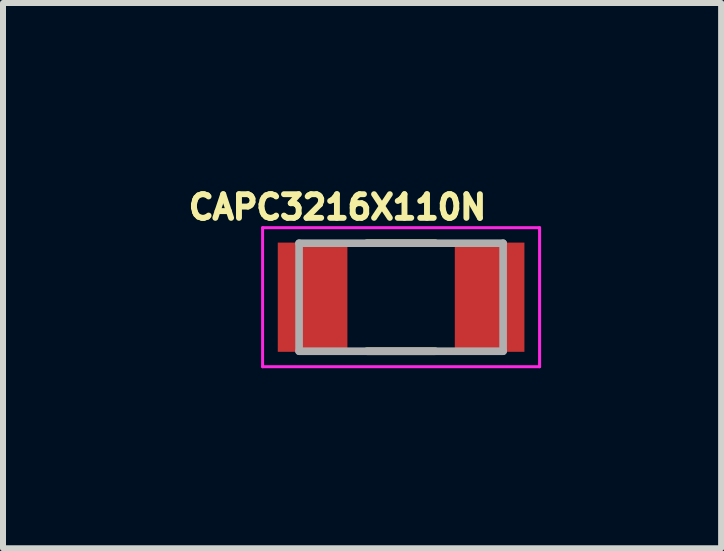
<source format=kicad_pcb>
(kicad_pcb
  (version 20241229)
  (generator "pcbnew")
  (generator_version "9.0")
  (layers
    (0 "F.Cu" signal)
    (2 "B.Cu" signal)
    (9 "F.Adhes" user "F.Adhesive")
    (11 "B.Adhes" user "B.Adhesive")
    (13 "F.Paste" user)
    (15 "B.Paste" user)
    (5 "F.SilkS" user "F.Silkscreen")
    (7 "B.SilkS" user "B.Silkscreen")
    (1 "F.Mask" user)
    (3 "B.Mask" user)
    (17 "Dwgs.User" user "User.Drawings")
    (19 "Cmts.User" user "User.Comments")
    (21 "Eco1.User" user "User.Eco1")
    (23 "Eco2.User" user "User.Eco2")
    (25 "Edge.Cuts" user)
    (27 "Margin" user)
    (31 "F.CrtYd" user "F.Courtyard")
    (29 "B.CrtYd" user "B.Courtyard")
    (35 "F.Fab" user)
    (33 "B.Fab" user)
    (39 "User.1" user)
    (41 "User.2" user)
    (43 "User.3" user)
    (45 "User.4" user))
  (footprint "CAPC3216X110N"
    (layer "F.Cu")
    (at 3.634 1.903)
    (property "Reference" "CAPC3216X110N" (at -1.06 -1.5 0) (layer "F.SilkS") (effects (font (size 0.394 0.394) (thickness 0.15))))
    (attr through_hole)
    (fp_line (start -0.57 -0.9) (end 0.57 -0.9) (stroke (width 0.127) (type solid)) (layer "F.SilkS"))
    (fp_line (start -0.57 0.9) (end 0.57 0.9) (stroke (width 0.127) (type solid)) (layer "F.SilkS"))
    (fp_line (start -2.308 -1.158) (end 2.308 -1.158) (stroke (width 0.05) (type solid)) (layer "F.CrtYd"))
    (fp_line (start -2.308 1.158) (end -2.308 -1.158) (stroke (width 0.05) (type solid)) (layer "F.CrtYd"))
    (fp_line (start -2.308 1.158) (end 2.308 1.158) (stroke (width 0.05) (type solid)) (layer "F.CrtYd"))
    (fp_line (start 2.308 1.158) (end 2.308 -1.158) (stroke (width 0.05) (type solid)) (layer "F.CrtYd"))
    (fp_line (start -1.7 0.9) (end -1.7 -0.9) (stroke (width 0.127) (type solid)) (layer "F.Fab"))
    (fp_line (start 1.7 -0.9) (end -1.7 -0.9) (stroke (width 0.127) (type solid)) (layer "F.Fab"))
    (fp_line (start 1.7 0.9) (end -1.7 0.9) (stroke (width 0.127) (type solid)) (layer "F.Fab"))
    (fp_line (start 1.7 0.9) (end 1.7 -0.9) (stroke (width 0.127) (type solid)) (layer "F.Fab"))
    (pad "1" smd rect (at -1.475 0) (size 1.16 1.82) (layers "F.Cu" "F.Mask" "F.Paste"))
    (pad "2" smd rect (at 1.475 0) (size 1.16 1.82) (layers "F.Cu" "F.Mask" "F.Paste")))
  (gr_rect
    (start -3 -3)
    (end 8.967 6.086)
    (stroke (width 0.1) (type default))
    (fill no)
    (layer "Edge.Cuts")))
</source>
